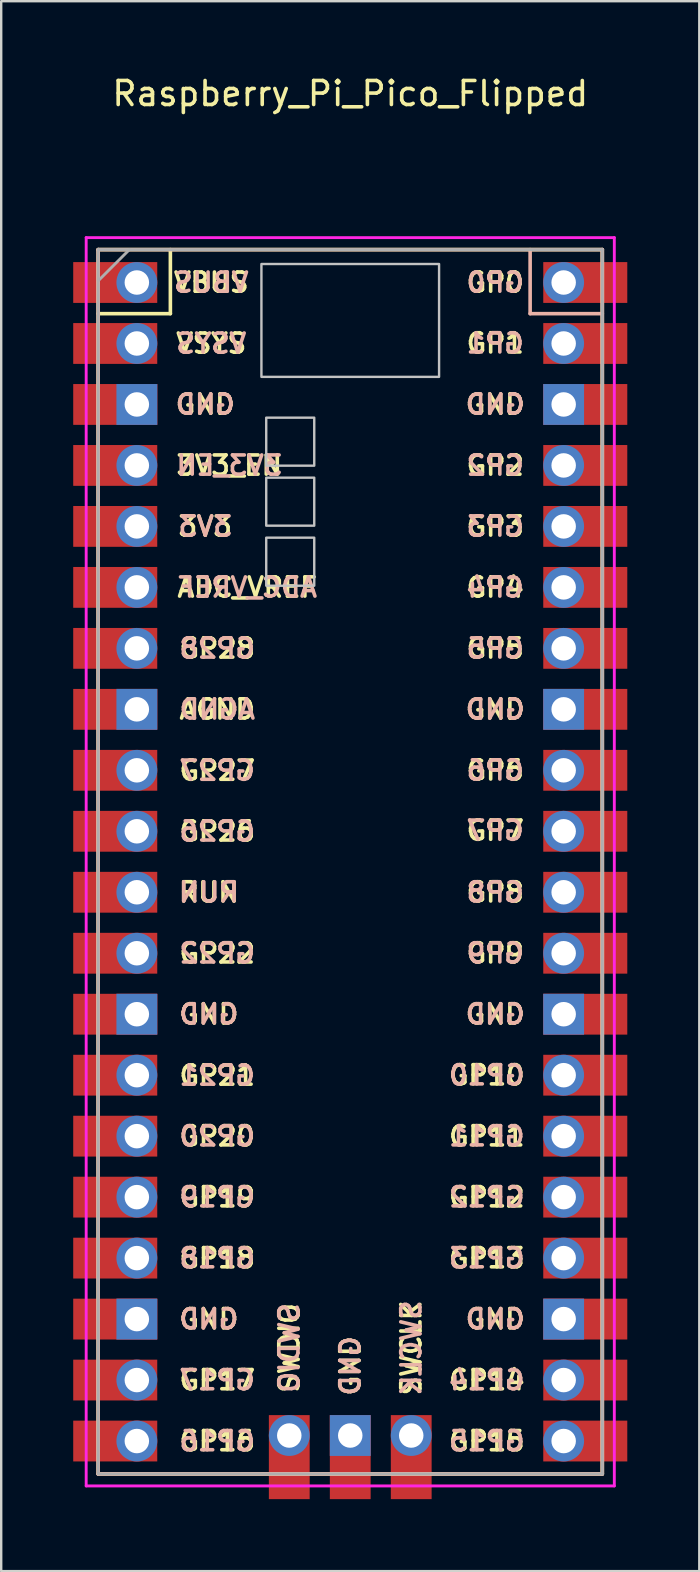
<source format=kicad_pcb>
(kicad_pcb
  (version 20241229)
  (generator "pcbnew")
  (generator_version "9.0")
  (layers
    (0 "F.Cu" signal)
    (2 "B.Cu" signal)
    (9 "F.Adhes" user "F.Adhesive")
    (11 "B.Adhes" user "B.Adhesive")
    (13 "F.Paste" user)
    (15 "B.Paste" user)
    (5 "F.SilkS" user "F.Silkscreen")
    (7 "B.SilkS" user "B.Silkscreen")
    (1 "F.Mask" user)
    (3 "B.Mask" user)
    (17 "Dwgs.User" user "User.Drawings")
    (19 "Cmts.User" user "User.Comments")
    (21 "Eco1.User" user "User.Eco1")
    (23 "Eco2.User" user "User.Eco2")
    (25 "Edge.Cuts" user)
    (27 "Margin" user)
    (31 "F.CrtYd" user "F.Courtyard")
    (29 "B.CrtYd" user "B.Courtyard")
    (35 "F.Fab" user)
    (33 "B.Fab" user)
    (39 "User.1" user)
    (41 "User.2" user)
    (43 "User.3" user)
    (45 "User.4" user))
  (footprint "Raspberry_Pi_Pico_Flipped"
    (layer "F.Cu")
    (at 11.54 32.848)
    (property "Reference" "Raspberry_Pi_Pico_Flipped" (at 0 -32 0) (layer "F.SilkS") (effects (font (size 1 1) (thickness 0.15))))
    (attr through_hole)
    (fp_line (start -10.5 -25.5) (end -10.5 25.5) (stroke (width 0.15) (type solid)) (layer "F.SilkS"))
    (fp_line (start -10.5 -25.5) (end 10.5 -25.5) (stroke (width 0.15) (type solid)) (layer "F.SilkS"))
    (fp_line (start -10.5 -22.833) (end -7.493 -22.833) (stroke (width 0.15) (type solid)) (layer "F.SilkS"))
    (fp_line (start -7.493 -22.833) (end -7.493 -25.5) (stroke (width 0.15) (type solid)) (layer "F.SilkS"))
    (fp_line (start 10.5 -25.5) (end 10.5 25.5) (stroke (width 0.15) (type solid)) (layer "F.SilkS"))
    (fp_line (start 10.5 25.5) (end -10.5 25.5) (stroke (width 0.15) (type solid)) (layer "F.SilkS"))
    (fp_line (start -10.5 -25.5) (end -10.5 25.5) (stroke (width 0.15) (type solid)) (layer "B.SilkS"))
    (fp_line (start -10.5 25.5) (end 10.5 25.5) (stroke (width 0.15) (type solid)) (layer "B.SilkS"))
    (fp_line (start 7.493 -22.833) (end 7.493 -25.5) (stroke (width 0.15) (type solid)) (layer "B.SilkS"))
    (fp_line (start 10.5 -25.5) (end -10.5 -25.5) (stroke (width 0.15) (type solid)) (layer "B.SilkS"))
    (fp_line (start 10.5 -25.5) (end 10.5 25.5) (stroke (width 0.15) (type solid)) (layer "B.SilkS"))
    (fp_line (start 10.5 -22.833) (end 7.493 -22.833) (stroke (width 0.15) (type solid)) (layer "B.SilkS"))
    (fp_poly (pts (xy -1.5 -16.5) (xy -3.5 -16.5) (xy -3.5 -18.5) (xy -1.5 -18.5)) (stroke (width 0.1) (type solid)) (fill no) (layer "Dwgs.User"))
    (fp_poly (pts (xy -1.5 -14) (xy -3.5 -14) (xy -3.5 -16) (xy -1.5 -16)) (stroke (width 0.1) (type solid)) (fill no) (layer "Dwgs.User"))
    (fp_poly (pts (xy -1.5 -11.5) (xy -3.5 -11.5) (xy -3.5 -13.5) (xy -1.5 -13.5)) (stroke (width 0.1) (type solid)) (fill no) (layer "Dwgs.User"))
    (fp_poly (pts (xy 3.7 -20.2) (xy -3.7 -20.2) (xy -3.7 -24.9) (xy 3.7 -24.9)) (stroke (width 0.1) (type solid)) (fill no) (layer "Dwgs.User"))
    (fp_line (start -11 -26) (end 11 -26) (stroke (width 0.12) (type solid)) (layer "F.CrtYd"))
    (fp_line (start -11 26) (end -11 -26) (stroke (width 0.12) (type solid)) (layer "F.CrtYd"))
    (fp_line (start 11 -26) (end 11 26) (stroke (width 0.12) (type solid)) (layer "F.CrtYd"))
    (fp_line (start 11 26) (end -11 26) (stroke (width 0.12) (type solid)) (layer "F.CrtYd"))
    (fp_line (start -10.5 -25.5) (end 10.5 -25.5) (stroke (width 0.12) (type solid)) (layer "F.Fab"))
    (fp_line (start -10.5 -24.2) (end -9.2 -25.5) (stroke (width 0.12) (type solid)) (layer "F.Fab"))
    (fp_line (start -10.5 25.5) (end -10.5 -25.5) (stroke (width 0.12) (type solid)) (layer "F.Fab"))
    (fp_line (start 10.5 -25.5) (end 10.5 25.5) (stroke (width 0.12) (type solid)) (layer "F.Fab"))
    (fp_line (start 10.5 25.5) (end -10.5 25.5) (stroke (width 0.12) (type solid)) (layer "F.Fab"))
    (fp_text user "GP20" (at -5.54 11.43 0) (layer "F.SilkS") (effects (font (size 0.8 0.8) (thickness 0.15))))
    (fp_text user "ADC_VREF" (at -4.29 -11.43 0) (layer "F.SilkS") (effects (font (size 0.8 0.8) (thickness 0.15))))
    (fp_text user "GND" (at 6.04 19.05 0) (layer "F.SilkS") (effects (font (size 0.8 0.8) (thickness 0.15))))
    (fp_text user "GP16" (at -5.54 24.13 0) (layer "F.SilkS") (effects (font (size 0.8 0.8) (thickness 0.15))))
    (fp_text user "RUN" (at -5.89 1.27 0) (layer "F.SilkS") (effects (font (size 0.8 0.8) (thickness 0.15))))
    (fp_text user "GP22" (at -5.54 3.81 0) (layer "F.SilkS") (effects (font (size 0.8 0.8) (thickness 0.15))))
    (fp_text user "GP10" (at 5.69 8.89 0) (layer "F.SilkS") (effects (font (size 0.8 0.8) (thickness 0.15))))
    (fp_text user "GP12" (at 5.69 13.97 0) (layer "F.SilkS") (effects (font (size 0.8 0.8) (thickness 0.15))))
    (fp_text user "GP1" (at 6.04 -21.6 0) (layer "F.SilkS") (effects (font (size 0.8 0.8) (thickness 0.15))))
    (fp_text user "GP4" (at 6.04 -11.43 0) (layer "F.SilkS") (effects (font (size 0.8 0.8) (thickness 0.15))))
    (fp_text user "GP21" (at -5.54 8.9 0) (layer "F.SilkS") (effects (font (size 0.8 0.8) (thickness 0.15))))
    (fp_text user "GP18" (at -5.54 16.51 0) (layer "F.SilkS") (effects (font (size 0.8 0.8) (thickness 0.15))))
    (fp_text user "GP19" (at -5.54 13.97 0) (layer "F.SilkS") (effects (font (size 0.8 0.8) (thickness 0.15))))
    (fp_text user "GP2" (at 6.04 -16.51 0) (layer "F.SilkS") (effects (font (size 0.8 0.8) (thickness 0.15))))
    (fp_text user "GP5" (at 6.04 -8.89 0) (layer "F.SilkS") (effects (font (size 0.8 0.8) (thickness 0.15))))
    (fp_text user "GP3" (at 6.04 -13.97 0) (layer "F.SilkS") (effects (font (size 0.8 0.8) (thickness 0.15))))
    (fp_text user "VBUS" (at -5.79 -24.13 0) (layer "F.SilkS") (effects (font (size 0.8 0.8) (thickness 0.15))))
    (fp_text user "VSYS" (at -5.79 -21.59 0) (layer "F.SilkS") (effects (font (size 0.8 0.8) (thickness 0.15))))
    (fp_text user "GP26" (at -5.54 -1.27 0) (layer "F.SilkS") (effects (font (size 0.8 0.8) (thickness 0.15))))
    (fp_text user "3V3_EN" (at -5.04 -16.51 0) (layer "F.SilkS") (effects (font (size 0.8 0.8) (thickness 0.15))))
    (fp_text user "GP27" (at -5.54 -3.8 0) (layer "F.SilkS") (effects (font (size 0.8 0.8) (thickness 0.15))))
    (fp_text user "SWCLK" (at 2.54 20.25 90) (layer "F.SilkS") (effects (font (size 0.8 0.8) (thickness 0.15))))
    (fp_text user "GP8" (at 6.04 1.27 0) (layer "F.SilkS") (effects (font (size 0.8 0.8) (thickness 0.15))))
    (fp_text user "GP17" (at -5.54 21.59 0) (layer "F.SilkS") (effects (font (size 0.8 0.8) (thickness 0.15))))
    (fp_text user "AGND" (at -5.54 -6.35 0) (layer "F.SilkS") (effects (font (size 0.8 0.8) (thickness 0.15))))
    (fp_text user "3V3" (at -6.04 -13.97 0) (layer "F.SilkS") (effects (font (size 0.8 0.8) (thickness 0.15))))
    (fp_text user "GP15" (at 5.69 24.13 0) (layer "F.SilkS") (effects (font (size 0.8 0.8) (thickness 0.15))))
    (fp_text user "GND" (at -6.04 -19.05 0) (layer "F.SilkS") (effects (font (size 0.8 0.8) (thickness 0.15))))
    (fp_text user "GND" (at -5.89 6.35 0) (layer "F.SilkS") (effects (font (size 0.8 0.8) (thickness 0.15))))
    (fp_text user "SWDIO" (at -2.54 20.25 90) (layer "F.SilkS") (effects (font (size 0.8 0.8) (thickness 0.15))))
    (fp_text user "GP14" (at 5.69 21.59 0) (layer "F.SilkS") (effects (font (size 0.8 0.8) (thickness 0.15))))
    (fp_text user "GP11" (at 5.69 11.43 0) (layer "F.SilkS") (effects (font (size 0.8 0.8) (thickness 0.15))))
    (fp_text user "GP9" (at 6.04 3.81 0) (layer "F.SilkS") (effects (font (size 0.8 0.8) (thickness 0.15))))
    (fp_text user "GND" (at -5.89 19.05 0) (layer "F.SilkS") (effects (font (size 0.8 0.8) (thickness 0.15))))
    (fp_text user "GND" (at 6.04 -19.05 0) (layer "F.SilkS") (effects (font (size 0.8 0.8) (thickness 0.15))))
    (fp_text user "GND" (at 6.04 6.35 0) (layer "F.SilkS") (effects (font (size 0.8 0.8) (thickness 0.15))))
    (fp_text user "GP0" (at 6.04 -24.13 0) (layer "F.SilkS") (effects (font (size 0.8 0.8) (thickness 0.15))))
    (fp_text user "GP13" (at 5.69 16.51 0) (layer "F.SilkS") (effects (font (size 0.8 0.8) (thickness 0.15))))
    (fp_text user "GP28" (at -5.54 -8.89 0) (layer "F.SilkS") (effects (font (size 0.8 0.8) (thickness 0.15))))
    (fp_text user "GP7" (at 6.04 -1.3 0) (layer "F.SilkS") (effects (font (size 0.8 0.8) (thickness 0.15))))
    (fp_text user "GP6" (at 6.04 -3.81 0) (layer "F.SilkS") (effects (font (size 0.8 0.8) (thickness 0.15))))
    (fp_text user "GND" (at 0 21 90) (layer "F.SilkS") (effects (font (size 0.8 0.8) (thickness 0.15))))
    (fp_text user "GND" (at 6.04 -6.35 0) (layer "F.SilkS") (effects (font (size 0.8 0.8) (thickness 0.15))))
    (fp_text user "GP14" (at 5.69 21.59 0) (layer "B.SilkS") (effects (font (size 0.8 0.8) (thickness 0.15)) (justify mirror)))
    (fp_text user "RUN" (at -5.89 1.27 0) (layer "B.SilkS") (effects (font (size 0.8 0.8) (thickness 0.15)) (justify mirror)))
    (fp_text user "GND" (at -5.89 19.05 0) (layer "B.SilkS") (effects (font (size 0.8 0.8) (thickness 0.15)) (justify mirror)))
    (fp_text user "GP6" (at 6.04 -3.81 0) (layer "B.SilkS") (effects (font (size 0.8 0.8) (thickness 0.15)) (justify mirror)))
    (fp_text user "3V3" (at -6.04 -13.97 0) (layer "B.SilkS") (effects (font (size 0.8 0.8) (thickness 0.15)) (justify mirror)))
    (fp_text user "AGND" (at -5.54 -6.35 0) (layer "B.SilkS") (effects (font (size 0.8 0.8) (thickness 0.15)) (justify mirror)))
    (fp_text user "GND" (at -5.89 6.35 0) (layer "B.SilkS") (effects (font (size 0.8 0.8) (thickness 0.15)) (justify mirror)))
    (fp_text user "GP16" (at -5.54 24.13 0) (layer "B.SilkS") (effects (font (size 0.8 0.8) (thickness 0.15)) (justify mirror)))
    (fp_text user "VBUS" (at -5.79 -24.13 0) (layer "B.SilkS") (effects (font (size 0.8 0.8) (thickness 0.15)) (justify mirror)))
    (fp_text user "GP3" (at 6.04 -13.97 0) (layer "B.SilkS") (effects (font (size 0.8 0.8) (thickness 0.15)) (justify mirror)))
    (fp_text user "GP0" (at 6.04 -24.13 0) (layer "B.SilkS") (effects (font (size 0.8 0.8) (thickness 0.15)) (justify mirror)))
    (fp_text user "GND" (at 6.04 6.35 0) (layer "B.SilkS") (effects (font (size 0.8 0.8) (thickness 0.15)) (justify mirror)))
    (fp_text user "GP19" (at -5.54 13.97 0) (layer "B.SilkS") (effects (font (size 0.8 0.8) (thickness 0.15)) (justify mirror)))
    (fp_text user "GND" (at 6.04 -19.05 0) (layer "B.SilkS") (effects (font (size 0.8 0.8) (thickness 0.15)) (justify mirror)))
    (fp_text user "GND" (at -6.04 -19.05 0) (layer "B.SilkS") (effects (font (size 0.8 0.8) (thickness 0.15)) (justify mirror)))
    (fp_text user "GP27" (at -5.54 -3.8 0) (layer "B.SilkS") (effects (font (size 0.8 0.8) (thickness 0.15)) (justify mirror)))
    (fp_text user "GP8" (at 6.04 1.27 0) (layer "B.SilkS") (effects (font (size 0.8 0.8) (thickness 0.15)) (justify mirror)))
    (fp_text user "SWDIO" (at -2.54 20.25 270) (layer "B.SilkS") (effects (font (size 0.8 0.8) (thickness 0.15)) (justify mirror)))
    (fp_text user "GP22" (at -5.54 3.81 0) (layer "B.SilkS") (effects (font (size 0.8 0.8) (thickness 0.15)) (justify mirror)))
    (fp_text user "GP21" (at -5.54 8.9 0) (layer "B.SilkS") (effects (font (size 0.8 0.8) (thickness 0.15)) (justify mirror)))
    (fp_text user "GP15" (at 5.69 24.13 0) (layer "B.SilkS") (effects (font (size 0.8 0.8) (thickness 0.15)) (justify mirror)))
    (fp_text user "GP9" (at 6.04 3.81 0) (layer "B.SilkS") (effects (font (size 0.8 0.8) (thickness 0.15)) (justify mirror)))
    (fp_text user "GP10" (at 5.69 8.89 0) (layer "B.SilkS") (effects (font (size 0.8 0.8) (thickness 0.15)) (justify mirror)))
    (fp_text user "GP20" (at -5.54 11.43 0) (layer "B.SilkS") (effects (font (size 0.8 0.8) (thickness 0.15)) (justify mirror)))
    (fp_text user "3V3_EN" (at -5.04 -16.51 0) (layer "B.SilkS") (effects (font (size 0.8 0.8) (thickness 0.15)) (justify mirror)))
    (fp_text user "ADC_VREF" (at -4.29 -11.43 0) (layer "B.SilkS") (effects (font (size 0.8 0.8) (thickness 0.15)) (justify mirror)))
    (fp_text user "GP4" (at 6.04 -11.43 0) (layer "B.SilkS") (effects (font (size 0.8 0.8) (thickness 0.15)) (justify mirror)))
    (fp_text user "GND" (at 0 21 270) (layer "B.SilkS") (effects (font (size 0.8 0.8) (thickness 0.15)) (justify mirror)))
    (fp_text user "GP26" (at -5.54 -1.27 0) (layer "B.SilkS") (effects (font (size 0.8 0.8) (thickness 0.15)) (justify mirror)))
    (fp_text user "GND" (at 6.04 19.05 0) (layer "B.SilkS") (effects (font (size 0.8 0.8) (thickness 0.15)) (justify mirror)))
    (fp_text user "GP7" (at 6.04 -1.3 0) (layer "B.SilkS") (effects (font (size 0.8 0.8) (thickness 0.15)) (justify mirror)))
    (fp_text user "GP17" (at -5.54 21.59 0) (layer "B.SilkS") (effects (font (size 0.8 0.8) (thickness 0.15)) (justify mirror)))
    (fp_text user "SWCLK" (at 2.54 20.25 270) (layer "B.SilkS") (effects (font (size 0.8 0.8) (thickness 0.15)) (justify mirror)))
    (fp_text user "GND" (at 6.04 -6.35 0) (layer "B.SilkS") (effects (font (size 0.8 0.8) (thickness 0.15)) (justify mirror)))
    (fp_text user "VSYS" (at -5.79 -21.59 0) (layer "B.SilkS") (effects (font (size 0.8 0.8) (thickness 0.15)) (justify mirror)))
    (fp_text user "GP13" (at 5.69 16.51 0) (layer "B.SilkS") (effects (font (size 0.8 0.8) (thickness 0.15)) (justify mirror)))
    (fp_text user "GP18" (at -5.54 16.51 0) (layer "B.SilkS") (effects (font (size 0.8 0.8) (thickness 0.15)) (justify mirror)))
    (fp_text user "GP12" (at 5.69 13.97 0) (layer "B.SilkS") (effects (font (size 0.8 0.8) (thickness 0.15)) (justify mirror)))
    (fp_text user "GP1" (at 6.04 -21.6 0) (layer "B.SilkS") (effects (font (size 0.8 0.8) (thickness 0.15)) (justify mirror)))
    (fp_text user "GP28" (at -5.54 -8.89 0) (layer "B.SilkS") (effects (font (size 0.8 0.8) (thickness 0.15)) (justify mirror)))
    (fp_text user "GP5" (at 6.04 -8.89 0) (layer "B.SilkS") (effects (font (size 0.8 0.8) (thickness 0.15)) (justify mirror)))
    (fp_text user "GP11" (at 5.69 11.43 0) (layer "B.SilkS") (effects (font (size 0.8 0.8) (thickness 0.15)) (justify mirror)))
    (fp_text user "GP2" (at 6.04 -16.51 0) (layer "B.SilkS") (effects (font (size 0.8 0.8) (thickness 0.15)) (justify mirror)))
    (pad "1" smd rect (at -8.89 -24.13) (size 3.5 1.7) (drill (offset -0.9 0)) (layers "F.Cu" "F.Mask"))
    (pad "1" thru_hole oval (at 8.89 -24.13) (size 1.7 1.7) (drill 1.02) (layers "*.Cu" "*.Mask"))
    (pad "2" smd rect (at -8.89 -21.59) (size 3.5 1.7) (drill (offset -0.9 0)) (layers "F.Cu" "F.Mask"))
    (pad "2" thru_hole oval (at 8.89 -21.59) (size 1.7 1.7) (drill 1.02) (layers "*.Cu" "*.Mask"))
    (pad "3" smd rect (at -8.89 -19.05) (size 3.5 1.7) (drill (offset -0.9 0)) (layers "F.Cu" "F.Mask"))
    (pad "3" thru_hole rect (at 8.89 -19.05) (size 1.7 1.7) (drill 1.02) (layers "*.Cu" "*.Mask"))
    (pad "4" smd rect (at -8.89 -16.51) (size 3.5 1.7) (drill (offset -0.9 0)) (layers "F.Cu" "F.Mask"))
    (pad "4" thru_hole oval (at 8.89 -16.51) (size 1.7 1.7) (drill 1.02) (layers "*.Cu" "*.Mask"))
    (pad "5" smd rect (at -8.89 -13.97) (size 3.5 1.7) (drill (offset -0.9 0)) (layers "F.Cu" "F.Mask"))
    (pad "5" thru_hole oval (at 8.89 -13.97) (size 1.7 1.7) (drill 1.02) (layers "*.Cu" "*.Mask"))
    (pad "6" smd rect (at -8.89 -11.43) (size 3.5 1.7) (drill (offset -0.9 0)) (layers "F.Cu" "F.Mask"))
    (pad "6" thru_hole oval (at 8.89 -11.43) (size 1.7 1.7) (drill 1.02) (layers "*.Cu" "*.Mask"))
    (pad "7" smd rect (at -8.89 -8.89) (size 3.5 1.7) (drill (offset -0.9 0)) (layers "F.Cu" "F.Mask"))
    (pad "7" thru_hole oval (at 8.89 -8.89) (size 1.7 1.7) (drill 1.02) (layers "*.Cu" "*.Mask"))
    (pad "8" smd rect (at -8.89 -6.35) (size 3.5 1.7) (drill (offset -0.9 0)) (layers "F.Cu" "F.Mask"))
    (pad "8" thru_hole rect (at 8.89 -6.35) (size 1.7 1.7) (drill 1.02) (layers "*.Cu" "*.Mask"))
    (pad "9" smd rect (at -8.89 -3.81) (size 3.5 1.7) (drill (offset -0.9 0)) (layers "F.Cu" "F.Mask"))
    (pad "9" thru_hole oval (at 8.89 -3.81) (size 1.7 1.7) (drill 1.02) (layers "*.Cu" "*.Mask"))
    (pad "10" smd rect (at -8.89 -1.27) (size 3.5 1.7) (drill (offset -0.9 0)) (layers "F.Cu" "F.Mask"))
    (pad "10" thru_hole oval (at 8.89 -1.27) (size 1.7 1.7) (drill 1.02) (layers "*.Cu" "*.Mask"))
    (pad "11" smd rect (at -8.89 1.27) (size 3.5 1.7) (drill (offset -0.9 0)) (layers "F.Cu" "F.Mask"))
    (pad "11" thru_hole oval (at 8.89 1.27) (size 1.7 1.7) (drill 1.02) (layers "*.Cu" "*.Mask"))
    (pad "12" smd rect (at -8.89 3.81) (size 3.5 1.7) (drill (offset -0.9 0)) (layers "F.Cu" "F.Mask"))
    (pad "12" thru_hole oval (at 8.89 3.81) (size 1.7 1.7) (drill 1.02) (layers "*.Cu" "*.Mask"))
    (pad "13" smd rect (at -8.89 6.35) (size 3.5 1.7) (drill (offset -0.9 0)) (layers "F.Cu" "F.Mask"))
    (pad "13" thru_hole rect (at 8.89 6.35) (size 1.7 1.7) (drill 1.02) (layers "*.Cu" "*.Mask"))
    (pad "14" smd rect (at -8.89 8.89) (size 3.5 1.7) (drill (offset -0.9 0)) (layers "F.Cu" "F.Mask"))
    (pad "14" thru_hole oval (at 8.89 8.89) (size 1.7 1.7) (drill 1.02) (layers "*.Cu" "*.Mask"))
    (pad "15" smd rect (at -8.89 11.43) (size 3.5 1.7) (drill (offset -0.9 0)) (layers "F.Cu" "F.Mask"))
    (pad "15" thru_hole oval (at 8.89 11.43) (size 1.7 1.7) (drill 1.02) (layers "*.Cu" "*.Mask"))
    (pad "16" smd rect (at -8.89 13.97) (size 3.5 1.7) (drill (offset -0.9 0)) (layers "F.Cu" "F.Mask"))
    (pad "16" thru_hole oval (at 8.89 13.97) (size 1.7 1.7) (drill 1.02) (layers "*.Cu" "*.Mask"))
    (pad "17" smd rect (at -8.89 16.51) (size 3.5 1.7) (drill (offset -0.9 0)) (layers "F.Cu" "F.Mask"))
    (pad "17" thru_hole oval (at 8.89 16.51) (size 1.7 1.7) (drill 1.02) (layers "*.Cu" "*.Mask"))
    (pad "18" smd rect (at -8.89 19.05) (size 3.5 1.7) (drill (offset -0.9 0)) (layers "F.Cu" "F.Mask"))
    (pad "18" thru_hole rect (at 8.89 19.05) (size 1.7 1.7) (drill 1.02) (layers "*.Cu" "*.Mask"))
    (pad "19" smd rect (at -8.89 21.59) (size 3.5 1.7) (drill (offset -0.9 0)) (layers "F.Cu" "F.Mask"))
    (pad "19" thru_hole oval (at 8.89 21.59) (size 1.7 1.7) (drill 1.02) (layers "*.Cu" "*.Mask"))
    (pad "20" smd rect (at -8.89 24.13) (size 3.5 1.7) (drill (offset -0.9 0)) (layers "F.Cu" "F.Mask"))
    (pad "20" thru_hole oval (at 8.89 24.13) (size 1.7 1.7) (drill 1.02) (layers "*.Cu" "*.Mask"))
    (pad "21" thru_hole oval (at -8.89 24.13) (size 1.7 1.7) (drill 1.02) (layers "*.Cu" "*.Mask"))
    (pad "21" smd rect (at 8.89 24.13) (size 3.5 1.7) (drill (offset 0.9 0)) (layers "F.Cu" "F.Mask"))
    (pad "22" thru_hole oval (at -8.89 21.59) (size 1.7 1.7) (drill 1.02) (layers "*.Cu" "*.Mask"))
    (pad "22" smd rect (at 8.89 21.59) (size 3.5 1.7) (drill (offset 0.9 0)) (layers "F.Cu" "F.Mask"))
    (pad "23" thru_hole rect (at -8.89 19.05) (size 1.7 1.7) (drill 1.02) (layers "*.Cu" "*.Mask"))
    (pad "23" smd rect (at 8.89 19.05) (size 3.5 1.7) (drill (offset 0.9 0)) (layers "F.Cu" "F.Mask"))
    (pad "24" thru_hole oval (at -8.89 16.51) (size 1.7 1.7) (drill 1.02) (layers "*.Cu" "*.Mask"))
    (pad "24" smd rect (at 8.89 16.51) (size 3.5 1.7) (drill (offset 0.9 0)) (layers "F.Cu" "F.Mask"))
    (pad "25" thru_hole oval (at -8.89 13.97) (size 1.7 1.7) (drill 1.02) (layers "*.Cu" "*.Mask"))
    (pad "25" smd rect (at 8.89 13.97) (size 3.5 1.7) (drill (offset 0.9 0)) (layers "F.Cu" "F.Mask"))
    (pad "26" thru_hole oval (at -8.89 11.43) (size 1.7 1.7) (drill 1.02) (layers "*.Cu" "*.Mask"))
    (pad "26" smd rect (at 8.89 11.43) (size 3.5 1.7) (drill (offset 0.9 0)) (layers "F.Cu" "F.Mask"))
    (pad "27" thru_hole oval (at -8.89 8.89) (size 1.7 1.7) (drill 1.02) (layers "*.Cu" "*.Mask"))
    (pad "27" smd rect (at 8.89 8.89) (size 3.5 1.7) (drill (offset 0.9 0)) (layers "F.Cu" "F.Mask"))
    (pad "28" thru_hole rect (at -8.89 6.35) (size 1.7 1.7) (drill 1.02) (layers "*.Cu" "*.Mask"))
    (pad "28" smd rect (at 8.89 6.35) (size 3.5 1.7) (drill (offset 0.9 0)) (layers "F.Cu" "F.Mask"))
    (pad "29" thru_hole oval (at -8.89 3.81) (size 1.7 1.7) (drill 1.02) (layers "*.Cu" "*.Mask"))
    (pad "29" smd rect (at 8.89 3.81) (size 3.5 1.7) (drill (offset 0.9 0)) (layers "F.Cu" "F.Mask"))
    (pad "30" thru_hole oval (at -8.89 1.27) (size 1.7 1.7) (drill 1.02) (layers "*.Cu" "*.Mask"))
    (pad "30" smd rect (at 8.89 1.27) (size 3.5 1.7) (drill (offset 0.9 0)) (layers "F.Cu" "F.Mask"))
    (pad "31" thru_hole oval (at -8.89 -1.27) (size 1.7 1.7) (drill 1.02) (layers "*.Cu" "*.Mask"))
    (pad "31" smd rect (at 8.89 -1.27) (size 3.5 1.7) (drill (offset 0.9 0)) (layers "F.Cu" "F.Mask"))
    (pad "32" thru_hole oval (at -8.89 -3.81) (size 1.7 1.7) (drill 1.02) (layers "*.Cu" "*.Mask"))
    (pad "32" smd rect (at 8.89 -3.81) (size 3.5 1.7) (drill (offset 0.9 0)) (layers "F.Cu" "F.Mask"))
    (pad "33" thru_hole rect (at -8.89 -6.35) (size 1.7 1.7) (drill 1.02) (layers "*.Cu" "*.Mask"))
    (pad "33" smd rect (at 8.89 -6.35) (size 3.5 1.7) (drill (offset 0.9 0)) (layers "F.Cu" "F.Mask"))
    (pad "34" thru_hole oval (at -8.89 -8.89) (size 1.7 1.7) (drill 1.02) (layers "*.Cu" "*.Mask"))
    (pad "34" smd rect (at 8.89 -8.89) (size 3.5 1.7) (drill (offset 0.9 0)) (layers "F.Cu" "F.Mask"))
    (pad "35" thru_hole oval (at -8.89 -11.43) (size 1.7 1.7) (drill 1.02) (layers "*.Cu" "*.Mask"))
    (pad "35" smd rect (at 8.89 -11.43) (size 3.5 1.7) (drill (offset 0.9 0)) (layers "F.Cu" "F.Mask"))
    (pad "36" thru_hole oval (at -8.89 -13.97) (size 1.7 1.7) (drill 1.02) (layers "*.Cu" "*.Mask"))
    (pad "36" smd rect (at 8.89 -13.97) (size 3.5 1.7) (drill (offset 0.9 0)) (layers "F.Cu" "F.Mask"))
    (pad "37" thru_hole oval (at -8.89 -16.51) (size 1.7 1.7) (drill 1.02) (layers "*.Cu" "*.Mask"))
    (pad "37" smd rect (at 8.89 -16.51) (size 3.5 1.7) (drill (offset 0.9 0)) (layers "F.Cu" "F.Mask"))
    (pad "38" thru_hole rect (at -8.89 -19.05) (size 1.7 1.7) (drill 1.02) (layers "*.Cu" "*.Mask"))
    (pad "38" smd rect (at 8.89 -19.05) (size 3.5 1.7) (drill (offset 0.9 0)) (layers "F.Cu" "F.Mask"))
    (pad "39" thru_hole oval (at -8.89 -21.59) (size 1.7 1.7) (drill 1.02) (layers "*.Cu" "*.Mask"))
    (pad "39" smd rect (at 8.89 -21.59) (size 3.5 1.7) (drill (offset 0.9 0)) (layers "F.Cu" "F.Mask"))
    (pad "40" thru_hole oval (at -8.89 -24.13) (size 1.7 1.7) (drill 1.02) (layers "*.Cu" "*.Mask"))
    (pad "40" smd rect (at 8.89 -24.13) (size 3.5 1.7) (drill (offset 0.9 0)) (layers "F.Cu" "F.Mask"))
    (pad "41" smd rect (at -2.54 23.9 90) (size 3.5 1.7) (drill (offset -0.9 0)) (layers "F.Cu" "F.Mask"))
    (pad "41" thru_hole oval (at 2.54 23.9) (size 1.7 1.7) (drill 1.02) (layers "*.Cu" "*.Mask"))
    (pad "42" thru_hole rect (at 0 23.9) (size 1.7 1.7) (drill 1.02) (layers "*.Cu" "*.Mask"))
    (pad "42" smd rect (at 0 23.9 90) (size 3.5 1.7) (drill (offset -0.9 0)) (layers "F.Cu" "F.Mask"))
    (pad "43" thru_hole oval (at -2.54 23.9) (size 1.7 1.7) (drill 1.02) (layers "*.Cu" "*.Mask"))
    (pad "43" smd rect (at 2.54 23.9 90) (size 3.5 1.7) (drill (offset -0.9 0)) (layers "F.Cu" "F.Mask")))
  (gr_rect
    (start -3 -3)
    (end 26.08 62.398)
    (stroke (width 0.1) (type default))
    (fill no)
    (layer "Edge.Cuts")))
</source>
